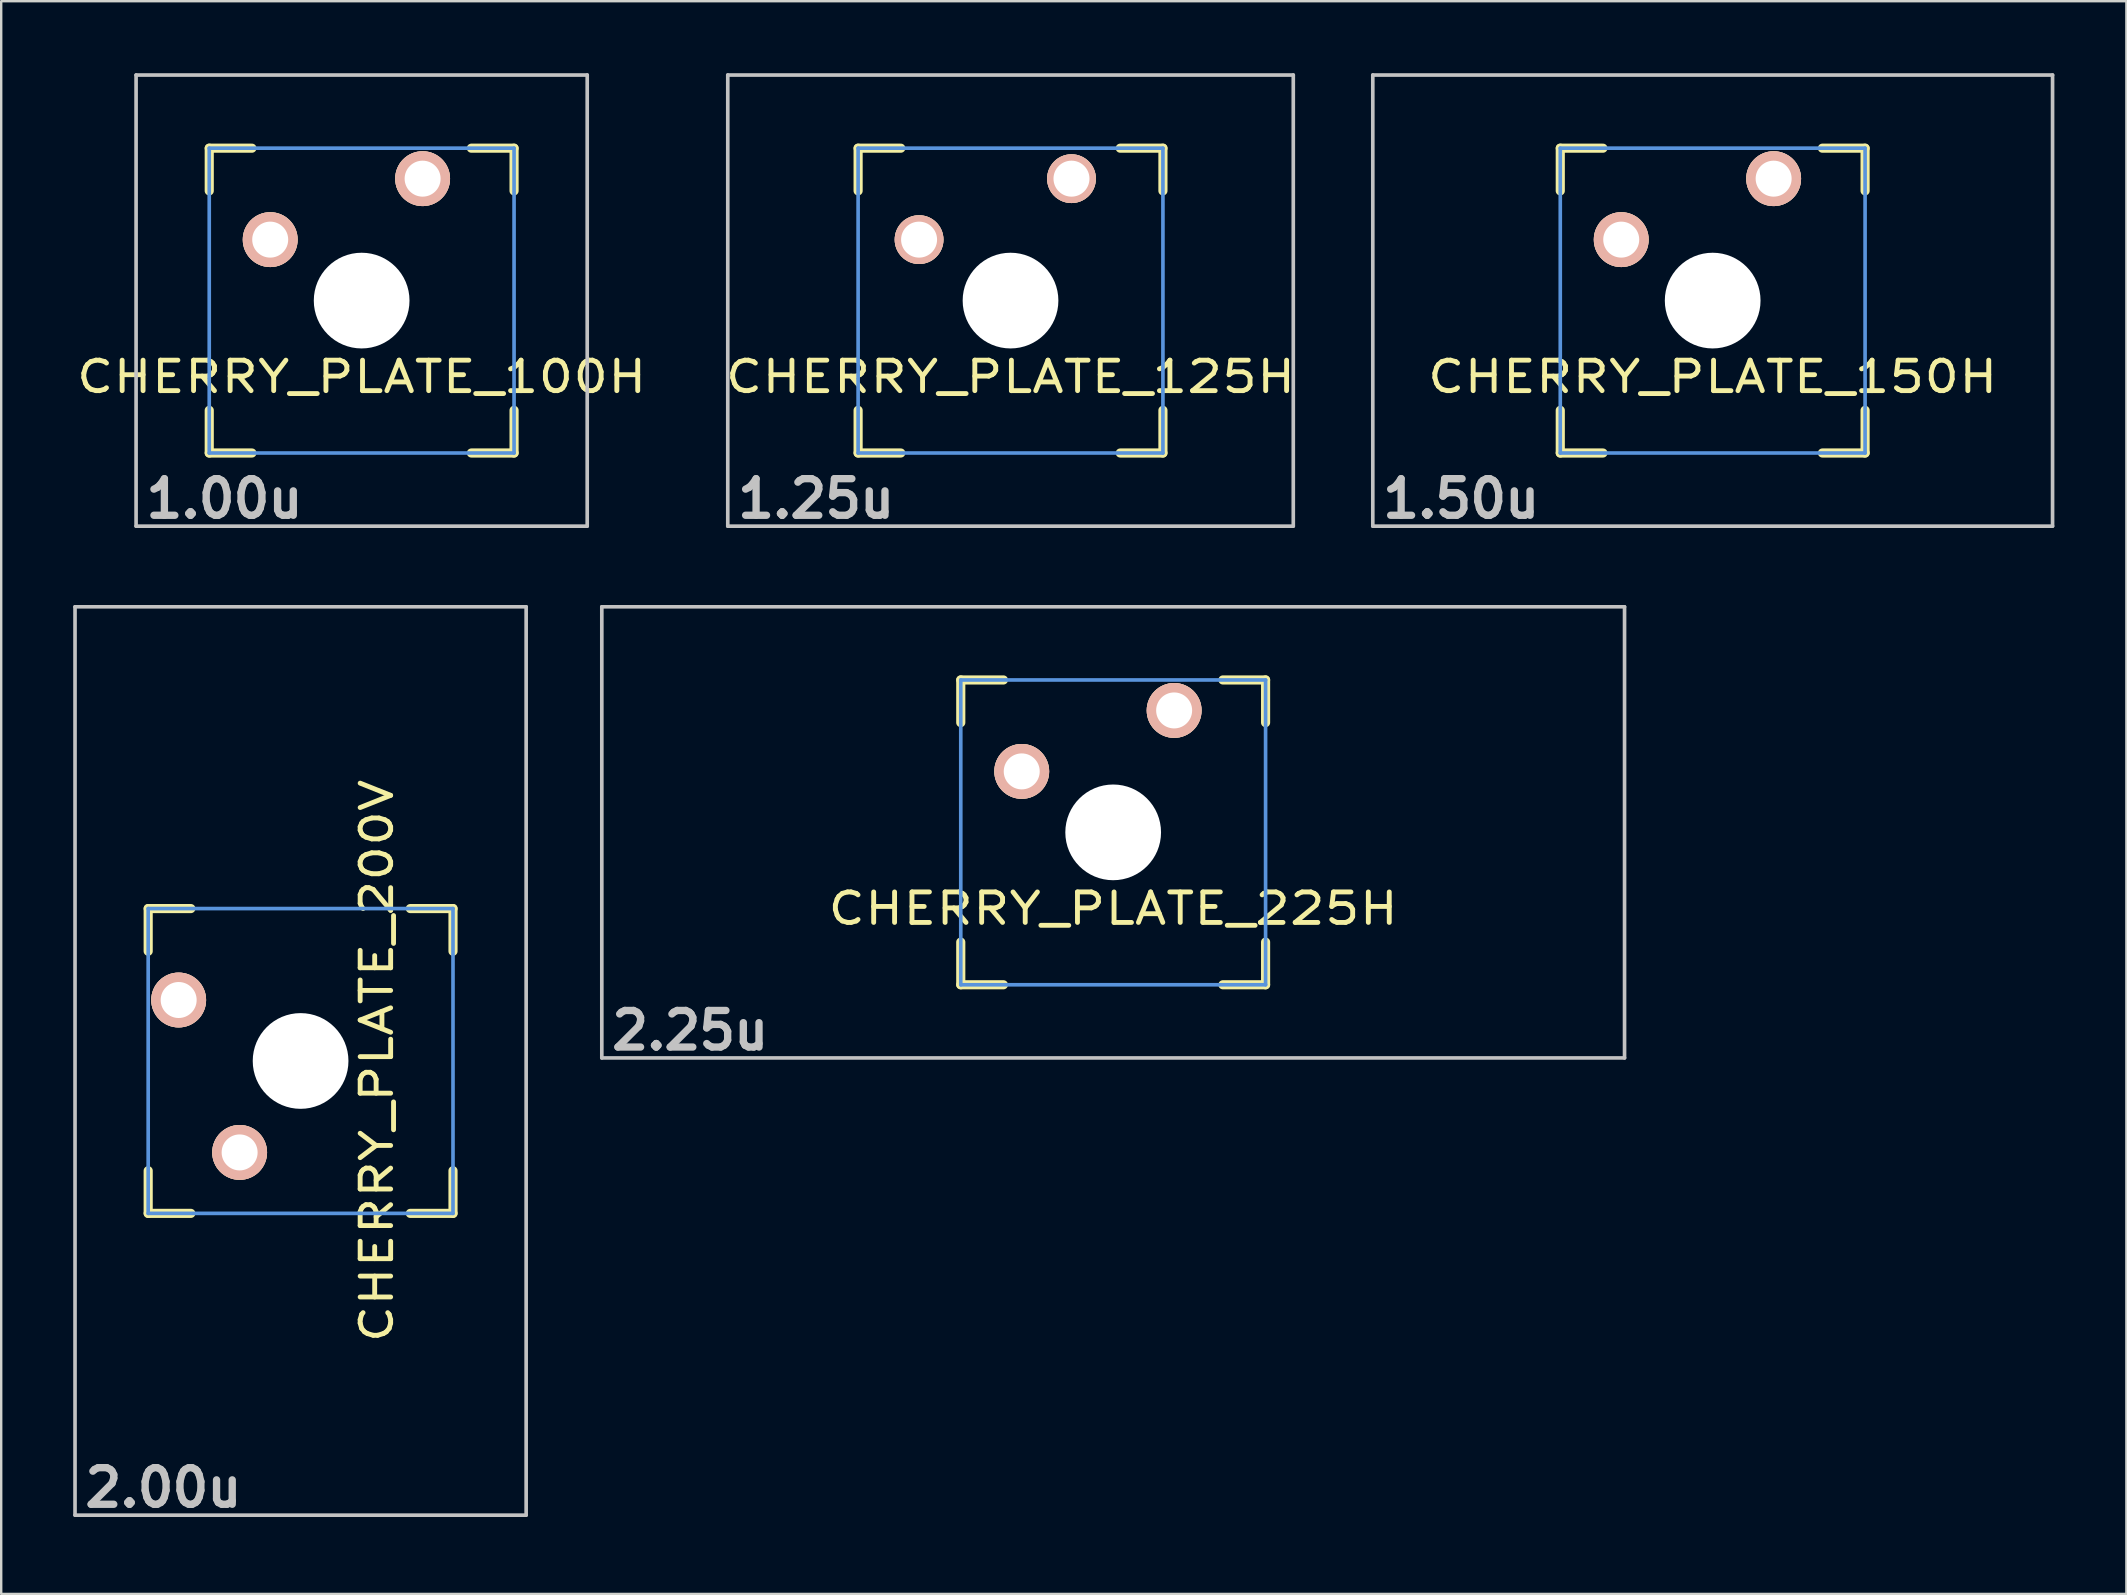
<source format=kicad_pcb>
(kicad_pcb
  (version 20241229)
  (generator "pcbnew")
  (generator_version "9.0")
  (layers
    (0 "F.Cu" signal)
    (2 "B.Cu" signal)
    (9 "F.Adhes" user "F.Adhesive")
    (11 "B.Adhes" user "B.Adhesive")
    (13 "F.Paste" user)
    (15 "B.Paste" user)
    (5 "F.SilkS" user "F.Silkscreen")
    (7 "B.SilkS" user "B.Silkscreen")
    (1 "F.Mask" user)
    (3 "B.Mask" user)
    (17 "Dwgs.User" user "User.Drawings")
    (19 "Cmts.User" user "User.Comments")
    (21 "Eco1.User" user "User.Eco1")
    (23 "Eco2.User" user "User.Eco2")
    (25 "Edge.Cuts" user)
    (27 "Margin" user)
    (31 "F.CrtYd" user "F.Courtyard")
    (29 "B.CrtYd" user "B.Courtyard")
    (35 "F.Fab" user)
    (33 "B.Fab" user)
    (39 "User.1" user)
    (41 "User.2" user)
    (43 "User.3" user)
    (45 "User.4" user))
  (footprint "CHERRY_PLATE_100H"
    (layer "F.Cu")
    (at 12.018 9.474)
    (property "Reference" "CHERRY_PLATE_100H" (at 0 3.175 0) (layer "F.SilkS") (effects (font (size 1.27 1.524) (thickness 0.203))))
    (attr through_hole)
    (fp_line (start -6.35 -6.35) (end -4.572 -6.35) (stroke (width 0.381) (type solid)) (layer "F.SilkS"))
    (fp_line (start -6.35 -4.572) (end -6.35 -6.35) (stroke (width 0.381) (type solid)) (layer "F.SilkS"))
    (fp_line (start -6.35 6.35) (end -6.35 4.572) (stroke (width 0.381) (type solid)) (layer "F.SilkS"))
    (fp_line (start -4.572 6.35) (end -6.35 6.35) (stroke (width 0.381) (type solid)) (layer "F.SilkS"))
    (fp_line (start 4.572 -6.35) (end 6.35 -6.35) (stroke (width 0.381) (type solid)) (layer "F.SilkS"))
    (fp_line (start 6.35 -6.35) (end 6.35 -4.572) (stroke (width 0.381) (type solid)) (layer "F.SilkS"))
    (fp_line (start 6.35 4.572) (end 6.35 6.35) (stroke (width 0.381) (type solid)) (layer "F.SilkS"))
    (fp_line (start 6.35 6.35) (end 4.572 6.35) (stroke (width 0.381) (type solid)) (layer "F.SilkS"))
    (fp_line (start -9.398 -9.398) (end 9.398 -9.398) (stroke (width 0.152) (type solid)) (layer "Dwgs.User"))
    (fp_line (start -9.398 9.398) (end -9.398 -9.398) (stroke (width 0.152) (type solid)) (layer "Dwgs.User"))
    (fp_line (start 9.398 -9.398) (end 9.398 9.398) (stroke (width 0.152) (type solid)) (layer "Dwgs.User"))
    (fp_line (start 9.398 9.398) (end -9.398 9.398) (stroke (width 0.152) (type solid)) (layer "Dwgs.User"))
    (fp_line (start -6.35 -6.35) (end 6.35 -6.35) (stroke (width 0.152) (type solid)) (layer "Cmts.User"))
    (fp_line (start -6.35 6.35) (end -6.35 -6.35) (stroke (width 0.152) (type solid)) (layer "Cmts.User"))
    (fp_line (start 6.35 -6.35) (end 6.35 6.35) (stroke (width 0.152) (type solid)) (layer "Cmts.User"))
    (fp_line (start 6.35 6.35) (end -6.35 6.35) (stroke (width 0.152) (type solid)) (layer "Cmts.User"))
    (fp_text user "1.00u" (at -5.715 8.255 0) (layer "Dwgs.User") (effects (font (size 1.524 1.524) (thickness 0.305))))
    (pad "" np_thru_hole circle (at 0 0) (size 3.988 3.988) (drill 3.988) (layers "*.Cu"))
    (pad "1" thru_hole circle (at 2.54 -5.08) (size 2.286 2.286) (drill 1.499) (layers "*.Cu" "*.SilkS" "*.Mask"))
    (pad "2" thru_hole circle (at -3.81 -2.54) (size 2.286 2.286) (drill 1.499) (layers "*.Cu" "*.SilkS" "*.Mask")))
  (footprint "CHERRY_PLATE_125H"
    (layer "F.Cu")
    (at 39.053 9.474)
    (property "Reference" "CHERRY_PLATE_125H" (at 0 3.175 0) (layer "F.SilkS") (effects (font (size 1.27 1.524) (thickness 0.203))))
    (attr through_hole)
    (fp_line (start -6.35 -6.35) (end -4.572 -6.35) (stroke (width 0.381) (type solid)) (layer "F.SilkS"))
    (fp_line (start -6.35 -4.572) (end -6.35 -6.35) (stroke (width 0.381) (type solid)) (layer "F.SilkS"))
    (fp_line (start -6.35 6.35) (end -6.35 4.572) (stroke (width 0.381) (type solid)) (layer "F.SilkS"))
    (fp_line (start -4.572 6.35) (end -6.35 6.35) (stroke (width 0.381) (type solid)) (layer "F.SilkS"))
    (fp_line (start 4.572 -6.35) (end 6.35 -6.35) (stroke (width 0.381) (type solid)) (layer "F.SilkS"))
    (fp_line (start 6.35 -6.35) (end 6.35 -4.572) (stroke (width 0.381) (type solid)) (layer "F.SilkS"))
    (fp_line (start 6.35 4.572) (end 6.35 6.35) (stroke (width 0.381) (type solid)) (layer "F.SilkS"))
    (fp_line (start 6.35 6.35) (end 4.572 6.35) (stroke (width 0.381) (type solid)) (layer "F.SilkS"))
    (fp_line (start -11.781 -9.398) (end 11.781 -9.398) (stroke (width 0.152) (type solid)) (layer "Dwgs.User"))
    (fp_line (start -11.781 9.398) (end -11.781 -9.398) (stroke (width 0.152) (type solid)) (layer "Dwgs.User"))
    (fp_line (start 11.781 -9.398) (end 11.781 9.398) (stroke (width 0.152) (type solid)) (layer "Dwgs.User"))
    (fp_line (start 11.781 9.398) (end -11.781 9.398) (stroke (width 0.152) (type solid)) (layer "Dwgs.User"))
    (fp_line (start -6.35 -6.35) (end 6.35 -6.35) (stroke (width 0.152) (type solid)) (layer "Cmts.User"))
    (fp_line (start -6.35 6.35) (end -6.35 -6.35) (stroke (width 0.152) (type solid)) (layer "Cmts.User"))
    (fp_line (start 6.35 -6.35) (end 6.35 6.35) (stroke (width 0.152) (type solid)) (layer "Cmts.User"))
    (fp_line (start 6.35 6.35) (end -6.35 6.35) (stroke (width 0.152) (type solid)) (layer "Cmts.User"))
    (fp_text user "1.25u" (at -8.098 8.255 0) (layer "Dwgs.User") (effects (font (size 1.524 1.524) (thickness 0.305))))
    (pad "" np_thru_hole circle (at 0 0) (size 3.988 3.988) (drill 3.988) (layers "*.Cu"))
    (pad "1" thru_hole circle (at 2.54 -5.08) (size 2.032 2.032) (drill 1.499) (layers "*.Cu" "*.SilkS" "*.Mask"))
    (pad "2" thru_hole circle (at -3.81 -2.54) (size 2.032 2.032) (drill 1.499) (layers "*.Cu" "*.SilkS" "*.Mask")))
  (footprint "CHERRY_PLATE_225H"
    (layer "F.Cu")
    (at 43.33 31.63)
    (property "Reference" "CHERRY_PLATE_225H" (at 0 3.175 0) (layer "F.SilkS") (effects (font (size 1.27 1.524) (thickness 0.203))))
    (attr through_hole)
    (fp_line (start -6.35 -6.35) (end -4.572 -6.35) (stroke (width 0.381) (type solid)) (layer "F.SilkS"))
    (fp_line (start -6.35 -4.572) (end -6.35 -6.35) (stroke (width 0.381) (type solid)) (layer "F.SilkS"))
    (fp_line (start -6.35 6.35) (end -6.35 4.572) (stroke (width 0.381) (type solid)) (layer "F.SilkS"))
    (fp_line (start -4.572 6.35) (end -6.35 6.35) (stroke (width 0.381) (type solid)) (layer "F.SilkS"))
    (fp_line (start 4.572 -6.35) (end 6.35 -6.35) (stroke (width 0.381) (type solid)) (layer "F.SilkS"))
    (fp_line (start 6.35 -6.35) (end 6.35 -4.572) (stroke (width 0.381) (type solid)) (layer "F.SilkS"))
    (fp_line (start 6.35 4.572) (end 6.35 6.35) (stroke (width 0.381) (type solid)) (layer "F.SilkS"))
    (fp_line (start 6.35 6.35) (end 4.572 6.35) (stroke (width 0.381) (type solid)) (layer "F.SilkS"))
    (fp_line (start -21.306 -9.398) (end 21.306 -9.398) (stroke (width 0.152) (type solid)) (layer "Dwgs.User"))
    (fp_line (start -21.306 9.398) (end -21.306 -9.398) (stroke (width 0.152) (type solid)) (layer "Dwgs.User"))
    (fp_line (start 21.306 -9.398) (end 21.306 9.398) (stroke (width 0.152) (type solid)) (layer "Dwgs.User"))
    (fp_line (start 21.306 9.398) (end -21.306 9.398) (stroke (width 0.152) (type solid)) (layer "Dwgs.User"))
    (fp_line (start -6.35 -6.35) (end 6.35 -6.35) (stroke (width 0.152) (type solid)) (layer "Cmts.User"))
    (fp_line (start -6.35 6.35) (end -6.35 -6.35) (stroke (width 0.152) (type solid)) (layer "Cmts.User"))
    (fp_line (start 6.35 -6.35) (end 6.35 6.35) (stroke (width 0.152) (type solid)) (layer "Cmts.User"))
    (fp_line (start 6.35 6.35) (end -6.35 6.35) (stroke (width 0.152) (type solid)) (layer "Cmts.User"))
    (fp_text user "2.25u" (at -17.623 8.255 0) (layer "Dwgs.User") (effects (font (size 1.524 1.524) (thickness 0.305))))
    (pad "" np_thru_hole circle (at 0 0) (size 3.988 3.988) (drill 3.988) (layers "*.Cu"))
    (pad "1" thru_hole circle (at 2.54 -5.08) (size 2.286 2.286) (drill 1.499) (layers "*.Cu" "*.SilkS" "*.Mask"))
    (pad "2" thru_hole circle (at -3.81 -2.54) (size 2.286 2.286) (drill 1.499) (layers "*.Cu" "*.SilkS" "*.Mask")))
  (footprint "CHERRY_PLATE_200V"
    (layer "F.Cu")
    (at 9.474 41.155)
    (property "Reference" "CHERRY_PLATE_200V" (at 3.175 0 90) (layer "F.SilkS") (effects (font (size 1.27 1.524) (thickness 0.203))))
    (attr through_hole)
    (fp_line (start -6.35 -6.35) (end -4.572 -6.35) (stroke (width 0.381) (type solid)) (layer "F.SilkS"))
    (fp_line (start -6.35 -4.572) (end -6.35 -6.35) (stroke (width 0.381) (type solid)) (layer "F.SilkS"))
    (fp_line (start -6.35 6.35) (end -6.35 4.572) (stroke (width 0.381) (type solid)) (layer "F.SilkS"))
    (fp_line (start -4.572 6.35) (end -6.35 6.35) (stroke (width 0.381) (type solid)) (layer "F.SilkS"))
    (fp_line (start 4.572 -6.35) (end 6.35 -6.35) (stroke (width 0.381) (type solid)) (layer "F.SilkS"))
    (fp_line (start 6.35 -6.35) (end 6.35 -4.572) (stroke (width 0.381) (type solid)) (layer "F.SilkS"))
    (fp_line (start 6.35 4.572) (end 6.35 6.35) (stroke (width 0.381) (type solid)) (layer "F.SilkS"))
    (fp_line (start 6.35 6.35) (end 4.572 6.35) (stroke (width 0.381) (type solid)) (layer "F.SilkS"))
    (fp_line (start -9.398 -18.923) (end 9.398 -18.923) (stroke (width 0.152) (type solid)) (layer "Dwgs.User"))
    (fp_line (start -9.398 18.923) (end -9.398 -18.923) (stroke (width 0.152) (type solid)) (layer "Dwgs.User"))
    (fp_line (start 9.398 -18.923) (end 9.398 18.923) (stroke (width 0.152) (type solid)) (layer "Dwgs.User"))
    (fp_line (start 9.398 18.923) (end -9.398 18.923) (stroke (width 0.152) (type solid)) (layer "Dwgs.User"))
    (fp_line (start -6.35 -6.35) (end 6.35 -6.35) (stroke (width 0.152) (type solid)) (layer "Cmts.User"))
    (fp_line (start -6.35 6.35) (end -6.35 -6.35) (stroke (width 0.152) (type solid)) (layer "Cmts.User"))
    (fp_line (start 6.35 -6.35) (end 6.35 6.35) (stroke (width 0.152) (type solid)) (layer "Cmts.User"))
    (fp_line (start 6.35 6.35) (end -6.35 6.35) (stroke (width 0.152) (type solid)) (layer "Cmts.User"))
    (fp_text user "2.00u" (at -5.715 17.78 0) (layer "Dwgs.User") (effects (font (size 1.524 1.524) (thickness 0.305))))
    (pad "" np_thru_hole circle (at 0 0 90) (size 3.988 3.988) (drill 3.988) (layers "*.Cu"))
    (pad "1" thru_hole circle (at -5.08 -2.54 90) (size 2.286 2.286) (drill 1.499) (layers "*.Cu" "*.SilkS" "*.Mask"))
    (pad "2" thru_hole circle (at -2.54 3.81 90) (size 2.286 2.286) (drill 1.499) (layers "*.Cu" "*.SilkS" "*.Mask")))
  (footprint "CHERRY_PLATE_150H"
    (layer "F.Cu")
    (at 68.308 9.474)
    (property "Reference" "CHERRY_PLATE_150H" (at 0 3.175 0) (layer "F.SilkS") (effects (font (size 1.27 1.524) (thickness 0.203))))
    (attr through_hole)
    (fp_line (start -6.35 -6.35) (end -4.572 -6.35) (stroke (width 0.381) (type solid)) (layer "F.SilkS"))
    (fp_line (start -6.35 -4.572) (end -6.35 -6.35) (stroke (width 0.381) (type solid)) (layer "F.SilkS"))
    (fp_line (start -6.35 6.35) (end -6.35 4.572) (stroke (width 0.381) (type solid)) (layer "F.SilkS"))
    (fp_line (start -4.572 6.35) (end -6.35 6.35) (stroke (width 0.381) (type solid)) (layer "F.SilkS"))
    (fp_line (start 4.572 -6.35) (end 6.35 -6.35) (stroke (width 0.381) (type solid)) (layer "F.SilkS"))
    (fp_line (start 6.35 -6.35) (end 6.35 -4.572) (stroke (width 0.381) (type solid)) (layer "F.SilkS"))
    (fp_line (start 6.35 4.572) (end 6.35 6.35) (stroke (width 0.381) (type solid)) (layer "F.SilkS"))
    (fp_line (start 6.35 6.35) (end 4.572 6.35) (stroke (width 0.381) (type solid)) (layer "F.SilkS"))
    (fp_line (start -14.161 -9.398) (end 14.161 -9.398) (stroke (width 0.152) (type solid)) (layer "Dwgs.User"))
    (fp_line (start -14.161 9.398) (end -14.161 -9.398) (stroke (width 0.152) (type solid)) (layer "Dwgs.User"))
    (fp_line (start 14.161 -9.398) (end 14.161 9.398) (stroke (width 0.152) (type solid)) (layer "Dwgs.User"))
    (fp_line (start 14.161 9.398) (end -14.161 9.398) (stroke (width 0.152) (type solid)) (layer "Dwgs.User"))
    (fp_line (start -6.35 -6.35) (end 6.35 -6.35) (stroke (width 0.152) (type solid)) (layer "Cmts.User"))
    (fp_line (start -6.35 6.35) (end -6.35 -6.35) (stroke (width 0.152) (type solid)) (layer "Cmts.User"))
    (fp_line (start 6.35 -6.35) (end 6.35 6.35) (stroke (width 0.152) (type solid)) (layer "Cmts.User"))
    (fp_line (start 6.35 6.35) (end -6.35 6.35) (stroke (width 0.152) (type solid)) (layer "Cmts.User"))
    (fp_text user "1.50u" (at -10.477 8.255 0) (layer "Dwgs.User") (effects (font (size 1.524 1.524) (thickness 0.305))))
    (pad "" np_thru_hole circle (at 0 0) (size 3.988 3.988) (drill 3.988) (layers "*.Cu"))
    (pad "1" thru_hole circle (at 2.54 -5.08) (size 2.286 2.286) (drill 1.499) (layers "*.Cu" "*.SilkS" "*.Mask"))
    (pad "2" thru_hole circle (at -3.81 -2.54) (size 2.286 2.286) (drill 1.499) (layers "*.Cu" "*.SilkS" "*.Mask")))
  (gr_rect
    (start -3 -3)
    (end 85.545 63.361)
    (stroke (width 0.1) (type default))
    (fill no)
    (layer "Edge.Cuts")))
</source>
